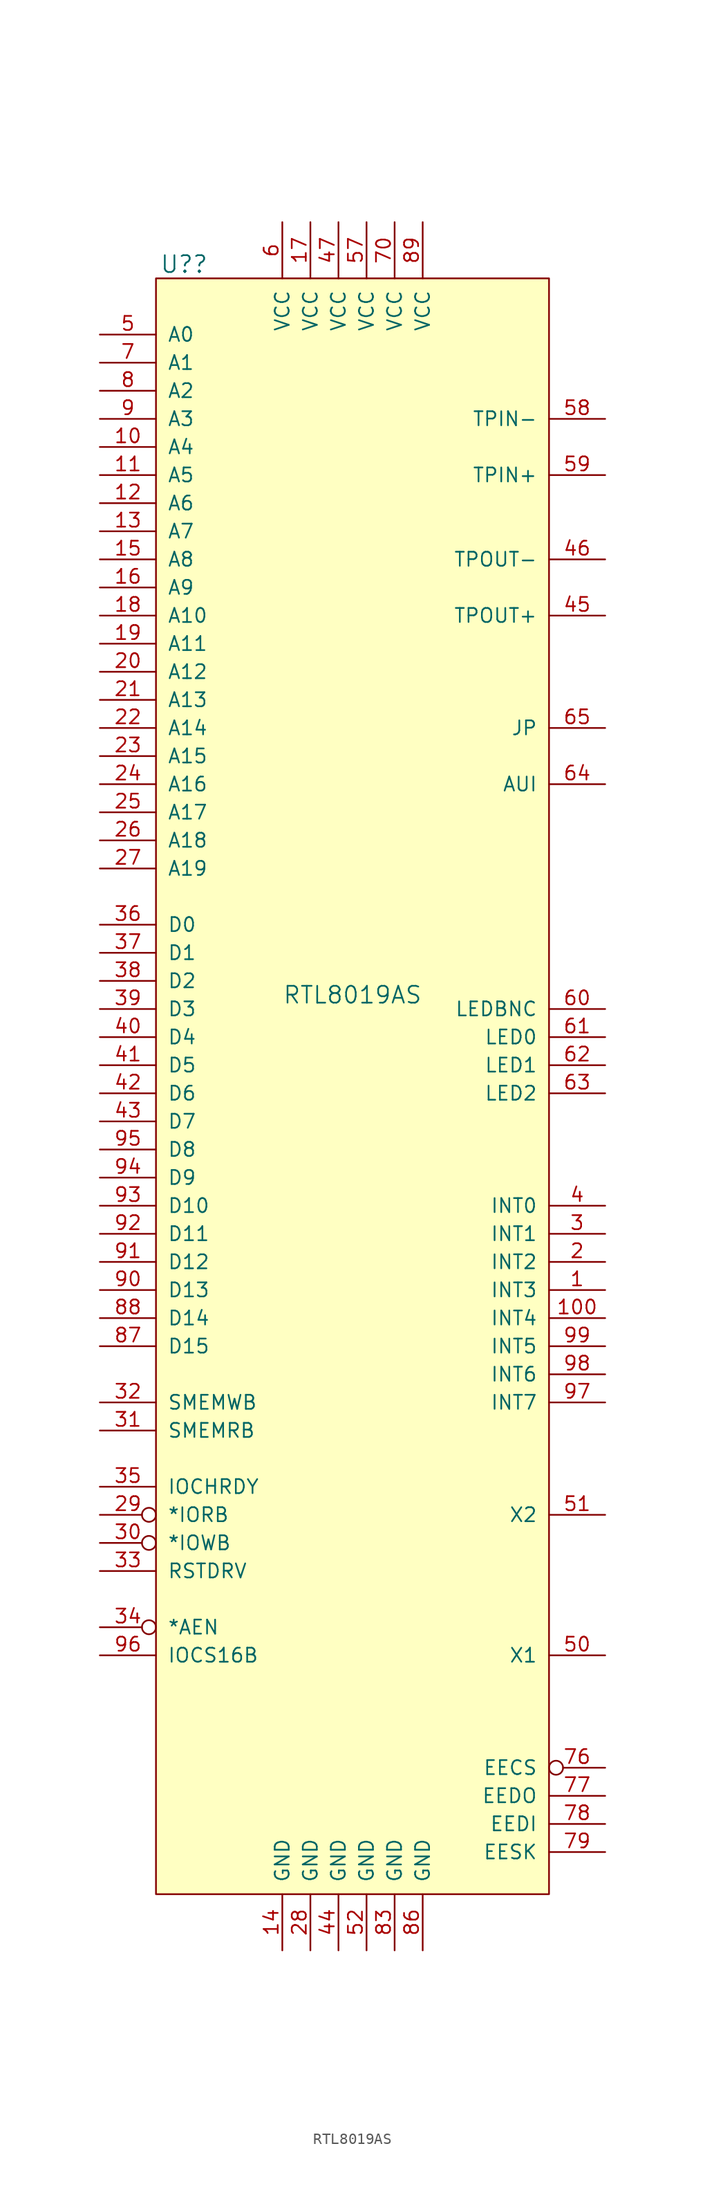
<source format=kicad_sym>
(kicad_symbol_lib
  (version 20211014)
  (generator kicad_symbol_editor)
  (symbol "RTL8019AS"
    (pin_names
      (offset 1.016))
    (property "Reference" "U?"
      (at -15.24 66.04 0)
      (effects (font (size 1.524 1.524))))
    (property "Value" "RTL8019AS"
      (at 0 0 0)
      (effects (font (size 1.524 1.524))))
    (property "Datasheet" ""
      (at 0 -29.21 0)
      (effects (font (size 1.524 1.524))))
    (symbol "RTL8019AS_0_1"
      (rectangle (start -17.78 64.77) (end 17.78 -81.28) (stroke (width 0) (type default) (color 0 0 0 0)) (fill (type background))))
    (symbol "RTL8019AS_1_1"
      (pin output line (at 22.86 -26.67 180) (length 5.08) (name "INT3" (effects (font (size 1.27 1.27)))) (number "1" (effects (font (size 1.27 1.27)))))
      (pin input line (at -22.86 49.53 0) (length 5.08) (name "A4" (effects (font (size 1.27 1.27)))) (number "10" (effects (font (size 1.27 1.27)))))
      (pin output line (at 22.86 -29.21 180) (length 5.08) (name "INT4" (effects (font (size 1.27 1.27)))) (number "100" (effects (font (size 1.27 1.27)))))
      (pin input line (at -22.86 46.99 0) (length 5.08) (name "A5" (effects (font (size 1.27 1.27)))) (number "11" (effects (font (size 1.27 1.27)))))
      (pin input line (at -22.86 44.45 0) (length 5.08) (name "A6" (effects (font (size 1.27 1.27)))) (number "12" (effects (font (size 1.27 1.27)))))
      (pin input line (at -22.86 41.91 0) (length 5.08) (name "A7" (effects (font (size 1.27 1.27)))) (number "13" (effects (font (size 1.27 1.27)))))
      (pin power_in line (at -6.35 -86.36 90) (length 5.08) (name "GND" (effects (font (size 1.27 1.27)))) (number "14" (effects (font (size 1.27 1.27)))))
      (pin input line (at -22.86 39.37 0) (length 5.08) (name "A8" (effects (font (size 1.27 1.27)))) (number "15" (effects (font (size 1.27 1.27)))))
      (pin input line (at -22.86 36.83 0) (length 5.08) (name "A9" (effects (font (size 1.27 1.27)))) (number "16" (effects (font (size 1.27 1.27)))))
      (pin power_in line (at -3.81 69.85 270) (length 5.08) (name "VCC" (effects (font (size 1.27 1.27)))) (number "17" (effects (font (size 1.27 1.27)))))
      (pin input line (at -22.86 34.29 0) (length 5.08) (name "A10" (effects (font (size 1.27 1.27)))) (number "18" (effects (font (size 1.27 1.27)))))
      (pin input line (at -22.86 31.75 0) (length 5.08) (name "A11" (effects (font (size 1.27 1.27)))) (number "19" (effects (font (size 1.27 1.27)))))
      (pin output line (at 22.86 -24.13 180) (length 5.08) (name "INT2" (effects (font (size 1.27 1.27)))) (number "2" (effects (font (size 1.27 1.27)))))
      (pin input line (at -22.86 29.21 0) (length 5.08) (name "A12" (effects (font (size 1.27 1.27)))) (number "20" (effects (font (size 1.27 1.27)))))
      (pin input line (at -22.86 26.67 0) (length 5.08) (name "A13" (effects (font (size 1.27 1.27)))) (number "21" (effects (font (size 1.27 1.27)))))
      (pin input line (at -22.86 24.13 0) (length 5.08) (name "A14" (effects (font (size 1.27 1.27)))) (number "22" (effects (font (size 1.27 1.27)))))
      (pin input line (at -22.86 21.59 0) (length 5.08) (name "A15" (effects (font (size 1.27 1.27)))) (number "23" (effects (font (size 1.27 1.27)))))
      (pin input line (at -22.86 19.05 0) (length 5.08) (name "A16" (effects (font (size 1.27 1.27)))) (number "24" (effects (font (size 1.27 1.27)))))
      (pin input line (at -22.86 16.51 0) (length 5.08) (name "A17" (effects (font (size 1.27 1.27)))) (number "25" (effects (font (size 1.27 1.27)))))
      (pin input line (at -22.86 13.97 0) (length 5.08) (name "A18" (effects (font (size 1.27 1.27)))) (number "26" (effects (font (size 1.27 1.27)))))
      (pin input line (at -22.86 11.43 0) (length 5.08) (name "A19" (effects (font (size 1.27 1.27)))) (number "27" (effects (font (size 1.27 1.27)))))
      (pin power_in line (at -3.81 -86.36 90) (length 5.08) (name "GND" (effects (font (size 1.27 1.27)))) (number "28" (effects (font (size 1.27 1.27)))))
      (pin input inverted (at -22.86 -46.99 0) (length 5.08) (name "*IORB" (effects (font (size 1.27 1.27)))) (number "29" (effects (font (size 1.27 1.27)))))
      (pin output line (at 22.86 -21.59 180) (length 5.08) (name "INT1" (effects (font (size 1.27 1.27)))) (number "3" (effects (font (size 1.27 1.27)))))
      (pin input inverted (at -22.86 -49.53 0) (length 5.08) (name "*IOWB" (effects (font (size 1.27 1.27)))) (number "30" (effects (font (size 1.27 1.27)))))
      (pin input line (at -22.86 -39.37 0) (length 5.08) (name "SMEMRB" (effects (font (size 1.27 1.27)))) (number "31" (effects (font (size 1.27 1.27)))))
      (pin input line (at -22.86 -36.83 0) (length 5.08) (name "SMEMWB" (effects (font (size 1.27 1.27)))) (number "32" (effects (font (size 1.27 1.27)))))
      (pin input line (at -22.86 -52.07 0) (length 5.08) (name "RSTDRV" (effects (font (size 1.27 1.27)))) (number "33" (effects (font (size 1.27 1.27)))))
      (pin input inverted (at -22.86 -57.15 0) (length 5.08) (name "*AEN" (effects (font (size 1.27 1.27)))) (number "34" (effects (font (size 1.27 1.27)))))
      (pin output line (at -22.86 -44.45 0) (length 5.08) (name "IOCHRDY" (effects (font (size 1.27 1.27)))) (number "35" (effects (font (size 1.27 1.27)))))
      (pin bidirectional line (at -22.86 6.35 0) (length 5.08) (name "D0" (effects (font (size 1.27 1.27)))) (number "36" (effects (font (size 1.27 1.27)))))
      (pin bidirectional line (at -22.86 3.81 0) (length 5.08) (name "D1" (effects (font (size 1.27 1.27)))) (number "37" (effects (font (size 1.27 1.27)))))
      (pin bidirectional line (at -22.86 1.27 0) (length 5.08) (name "D2" (effects (font (size 1.27 1.27)))) (number "38" (effects (font (size 1.27 1.27)))))
      (pin bidirectional line (at -22.86 -1.27 0) (length 5.08) (name "D3" (effects (font (size 1.27 1.27)))) (number "39" (effects (font (size 1.27 1.27)))))
      (pin output line (at 22.86 -19.05 180) (length 5.08) (name "INT0" (effects (font (size 1.27 1.27)))) (number "4" (effects (font (size 1.27 1.27)))))
      (pin bidirectional line (at -22.86 -3.81 0) (length 5.08) (name "D4" (effects (font (size 1.27 1.27)))) (number "40" (effects (font (size 1.27 1.27)))))
      (pin bidirectional line (at -22.86 -6.35 0) (length 5.08) (name "D5" (effects (font (size 1.27 1.27)))) (number "41" (effects (font (size 1.27 1.27)))))
      (pin bidirectional line (at -22.86 -8.89 0) (length 5.08) (name "D6" (effects (font (size 1.27 1.27)))) (number "42" (effects (font (size 1.27 1.27)))))
      (pin bidirectional line (at -22.86 -11.43 0) (length 5.08) (name "D7" (effects (font (size 1.27 1.27)))) (number "43" (effects (font (size 1.27 1.27)))))
      (pin power_in line (at -1.27 -86.36 90) (length 5.08) (name "GND" (effects (font (size 1.27 1.27)))) (number "44" (effects (font (size 1.27 1.27)))))
      (pin output line (at 22.86 34.29 180) (length 5.08) (name "TPOUT+" (effects (font (size 1.27 1.27)))) (number "45" (effects (font (size 1.27 1.27)))))
      (pin output line (at 22.86 39.37 180) (length 5.08) (name "TPOUT-" (effects (font (size 1.27 1.27)))) (number "46" (effects (font (size 1.27 1.27)))))
      (pin power_in line (at -1.27 69.85 270) (length 5.08) (name "VCC" (effects (font (size 1.27 1.27)))) (number "47" (effects (font (size 1.27 1.27)))))
      (pin input line (at -22.86 59.69 0) (length 5.08) (name "A0" (effects (font (size 1.27 1.27)))) (number "5" (effects (font (size 1.27 1.27)))))
      (pin input line (at 22.86 -59.69 180) (length 5.08) (name "X1" (effects (font (size 1.27 1.27)))) (number "50" (effects (font (size 1.27 1.27)))))
      (pin output line (at 22.86 -46.99 180) (length 5.08) (name "X2" (effects (font (size 1.27 1.27)))) (number "51" (effects (font (size 1.27 1.27)))))
      (pin power_in line (at 1.27 -86.36 90) (length 5.08) (name "GND" (effects (font (size 1.27 1.27)))) (number "52" (effects (font (size 1.27 1.27)))))
      (pin power_in line (at 1.27 69.85 270) (length 5.08) (name "VCC" (effects (font (size 1.27 1.27)))) (number "57" (effects (font (size 1.27 1.27)))))
      (pin input line (at 22.86 52.07 180) (length 5.08) (name "TPIN-" (effects (font (size 1.27 1.27)))) (number "58" (effects (font (size 1.27 1.27)))))
      (pin input line (at 22.86 46.99 180) (length 5.08) (name "TPIN+" (effects (font (size 1.27 1.27)))) (number "59" (effects (font (size 1.27 1.27)))))
      (pin power_in line (at -6.35 69.85 270) (length 5.08) (name "VCC" (effects (font (size 1.27 1.27)))) (number "6" (effects (font (size 1.27 1.27)))))
      (pin output line (at 22.86 -1.27 180) (length 5.08) (name "LEDBNC" (effects (font (size 1.27 1.27)))) (number "60" (effects (font (size 1.27 1.27)))))
      (pin output line (at 22.86 -3.81 180) (length 5.08) (name "LED0" (effects (font (size 1.27 1.27)))) (number "61" (effects (font (size 1.27 1.27)))))
      (pin output line (at 22.86 -6.35 180) (length 5.08) (name "LED1" (effects (font (size 1.27 1.27)))) (number "62" (effects (font (size 1.27 1.27)))))
      (pin output line (at 22.86 -8.89 180) (length 5.08) (name "LED2" (effects (font (size 1.27 1.27)))) (number "63" (effects (font (size 1.27 1.27)))))
      (pin input line (at 22.86 19.05 180) (length 5.08) (name "AUI" (effects (font (size 1.27 1.27)))) (number "64" (effects (font (size 1.27 1.27)))))
      (pin input line (at 22.86 24.13 180) (length 5.08) (name "JP" (effects (font (size 1.27 1.27)))) (number "65" (effects (font (size 1.27 1.27)))))
      (pin input line (at -22.86 57.15 0) (length 5.08) (name "A1" (effects (font (size 1.27 1.27)))) (number "7" (effects (font (size 1.27 1.27)))))
      (pin power_in line (at 3.81 69.85 270) (length 5.08) (name "VCC" (effects (font (size 1.27 1.27)))) (number "70" (effects (font (size 1.27 1.27)))))
      (pin output inverted (at 22.86 -69.85 180) (length 5.08) (name "EECS" (effects (font (size 1.27 1.27)))) (number "76" (effects (font (size 1.27 1.27)))))
      (pin input line (at 22.86 -72.39 180) (length 5.08) (name "EEDO" (effects (font (size 1.27 1.27)))) (number "77" (effects (font (size 1.27 1.27)))))
      (pin output line (at 22.86 -74.93 180) (length 5.08) (name "EEDI" (effects (font (size 1.27 1.27)))) (number "78" (effects (font (size 1.27 1.27)))))
      (pin output line (at 22.86 -77.47 180) (length 5.08) (name "EESK" (effects (font (size 1.27 1.27)))) (number "79" (effects (font (size 1.27 1.27)))))
      (pin input line (at -22.86 54.61 0) (length 5.08) (name "A2" (effects (font (size 1.27 1.27)))) (number "8" (effects (font (size 1.27 1.27)))))
      (pin power_in line (at 3.81 -86.36 90) (length 5.08) (name "GND" (effects (font (size 1.27 1.27)))) (number "83" (effects (font (size 1.27 1.27)))))
      (pin power_in line (at 6.35 -86.36 90) (length 5.08) (name "GND" (effects (font (size 1.27 1.27)))) (number "86" (effects (font (size 1.27 1.27)))))
      (pin bidirectional line (at -22.86 -31.75 0) (length 5.08) (name "D15" (effects (font (size 1.27 1.27)))) (number "87" (effects (font (size 1.27 1.27)))))
      (pin bidirectional line (at -22.86 -29.21 0) (length 5.08) (name "D14" (effects (font (size 1.27 1.27)))) (number "88" (effects (font (size 1.27 1.27)))))
      (pin power_in line (at 6.35 69.85 270) (length 5.08) (name "VCC" (effects (font (size 1.27 1.27)))) (number "89" (effects (font (size 1.27 1.27)))))
      (pin input line (at -22.86 52.07 0) (length 5.08) (name "A3" (effects (font (size 1.27 1.27)))) (number "9" (effects (font (size 1.27 1.27)))))
      (pin bidirectional line (at -22.86 -26.67 0) (length 5.08) (name "D13" (effects (font (size 1.27 1.27)))) (number "90" (effects (font (size 1.27 1.27)))))
      (pin bidirectional line (at -22.86 -24.13 0) (length 5.08) (name "D12" (effects (font (size 1.27 1.27)))) (number "91" (effects (font (size 1.27 1.27)))))
      (pin bidirectional line (at -22.86 -21.59 0) (length 5.08) (name "D11" (effects (font (size 1.27 1.27)))) (number "92" (effects (font (size 1.27 1.27)))))
      (pin bidirectional line (at -22.86 -19.05 0) (length 5.08) (name "D10" (effects (font (size 1.27 1.27)))) (number "93" (effects (font (size 1.27 1.27)))))
      (pin bidirectional line (at -22.86 -16.51 0) (length 5.08) (name "D9" (effects (font (size 1.27 1.27)))) (number "94" (effects (font (size 1.27 1.27)))))
      (pin bidirectional line (at -22.86 -13.97 0) (length 5.08) (name "D8" (effects (font (size 1.27 1.27)))) (number "95" (effects (font (size 1.27 1.27)))))
      (pin output line (at -22.86 -59.69 0) (length 5.08) (name "IOCS16B" (effects (font (size 1.27 1.27)))) (number "96" (effects (font (size 1.27 1.27)))))
      (pin output line (at 22.86 -36.83 180) (length 5.08) (name "INT7" (effects (font (size 1.27 1.27)))) (number "97" (effects (font (size 1.27 1.27)))))
      (pin output line (at 22.86 -34.29 180) (length 5.08) (name "INT6" (effects (font (size 1.27 1.27)))) (number "98" (effects (font (size 1.27 1.27)))))
      (pin output line (at 22.86 -31.75 180) (length 5.08) (name "INT5" (effects (font (size 1.27 1.27)))) (number "99" (effects (font (size 1.27 1.27))))))))
</source>
